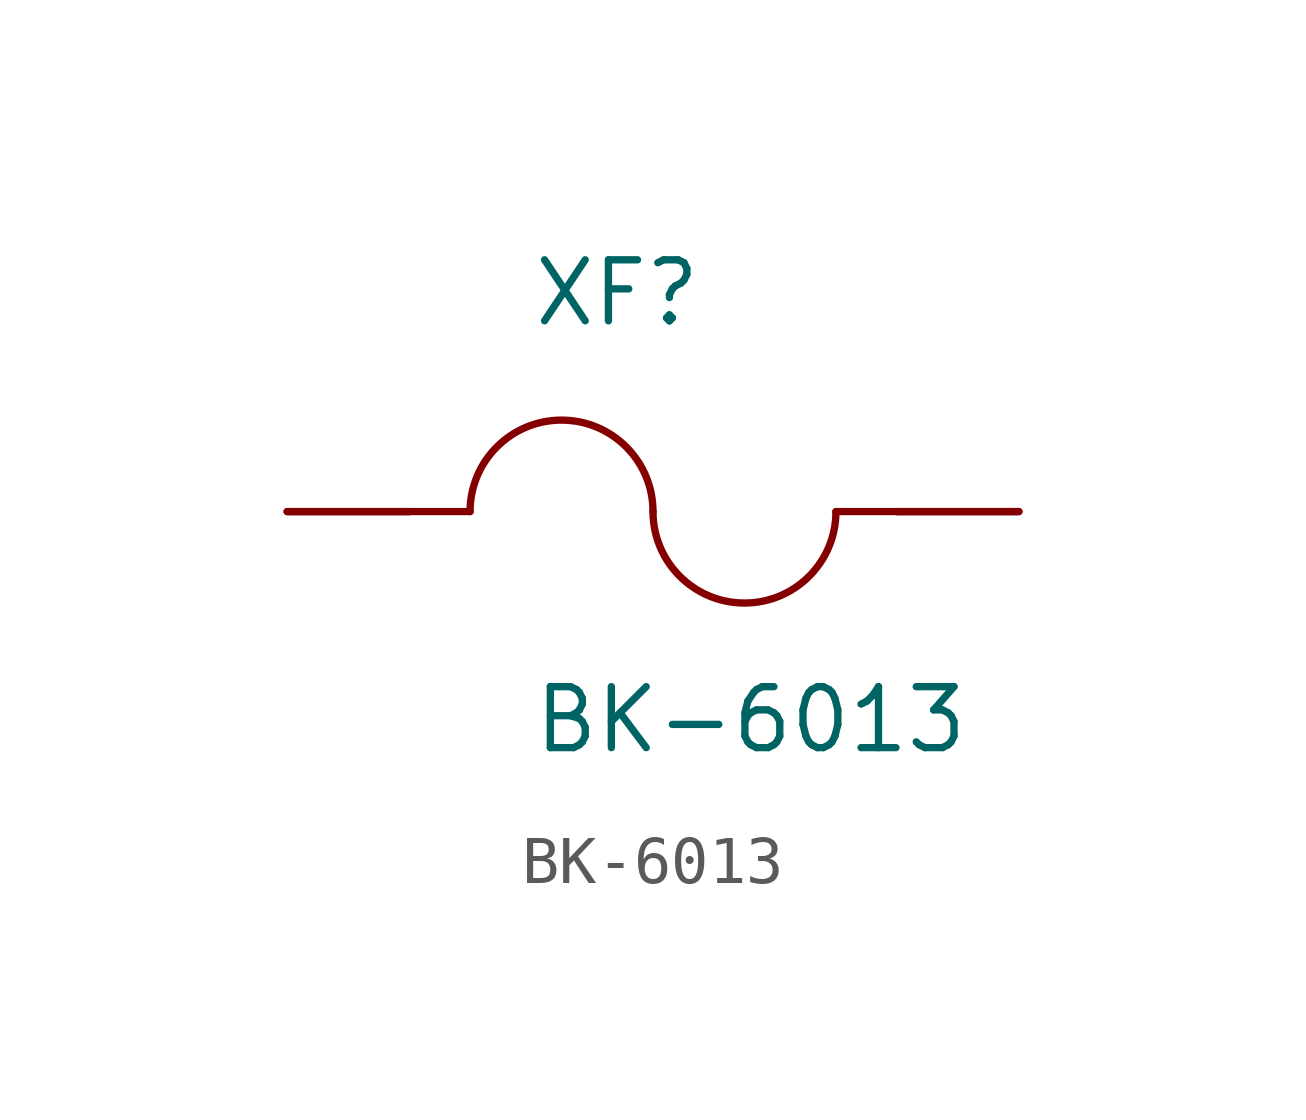
<source format=kicad_sym>
(kicad_symbol_lib
  (version 20211014)
  (generator kicad_symbol_editor)
  (symbol "BK-6013"
    (pin_numbers hide)
    (pin_names
      (offset 1.016) hide)
    (property "Reference" "XF"
      (at -2.54 3.81 0)
      (effects (font (size 1.27 1.27)) (justify left bottom)))
    (property "Value" "BK-6013"
      (at -2.54 -5.08 0)
      (effects (font (size 1.27 1.27)) (justify left bottom)))
    (property "ki_locked" ""
      (at 0 0 0)
      (effects (font (size 1.27 1.27))))
    (symbol "BK-6013_0_0"
      (arc (start 0 0) (mid -1.905 1.905) (end -3.81 0) (stroke (width 0.1524) (type default) (color 0 0 0 0)) (fill (type none)))
      (polyline (pts (xy -5.08 0) (xy -3.81 0)) (stroke (width 0.152) (type default) (color 0 0 0 0)) (fill (type none)))
      (polyline (pts (xy 5.08 0) (xy 3.81 0)) (stroke (width 0.152) (type default) (color 0 0 0 0)) (fill (type none)))
      (arc (start 0 0) (mid 1.905 -1.905) (end 3.81 0) (stroke (width 0.1524) (type default) (color 0 0 0 0)) (fill (type none)))
      (pin passive line (at -7.62 0 0) (length 2.54) (name "~" (effects (font (size 1.016 1.016)))) (number "1" (effects (font (size 1.016 1.016)))))
      (pin passive line (at -7.62 0 0) (length 2.54) (name "~" (effects (font (size 1.016 1.016)))) (number "2" (effects (font (size 1.016 1.016)))))
      (pin passive line (at 7.62 0 180) (length 2.54) (name "~" (effects (font (size 1.016 1.016)))) (number "3" (effects (font (size 1.016 1.016)))))
      (pin passive line (at 7.62 0 180) (length 2.54) (name "~" (effects (font (size 1.016 1.016)))) (number "4" (effects (font (size 1.016 1.016))))))))
</source>
